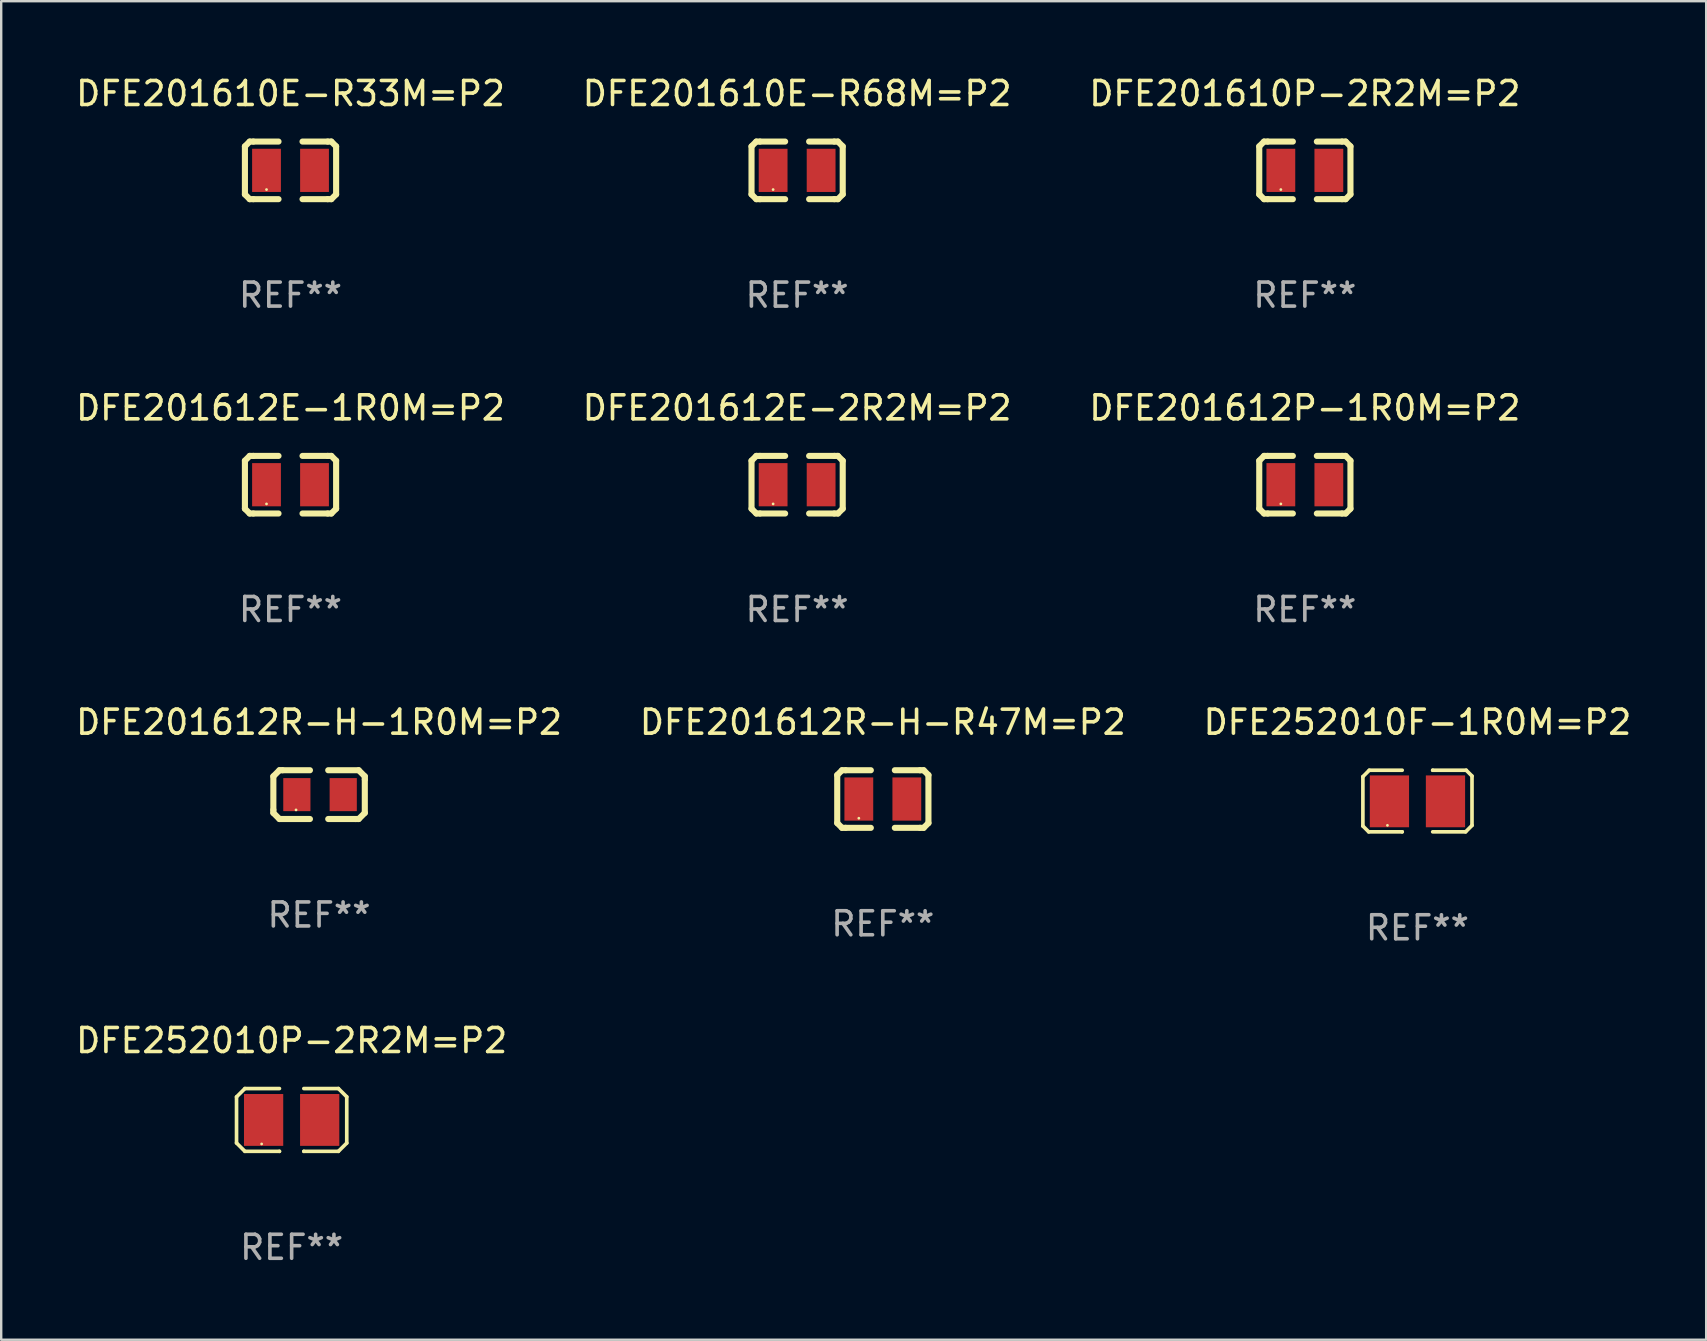
<source format=kicad_pcb>
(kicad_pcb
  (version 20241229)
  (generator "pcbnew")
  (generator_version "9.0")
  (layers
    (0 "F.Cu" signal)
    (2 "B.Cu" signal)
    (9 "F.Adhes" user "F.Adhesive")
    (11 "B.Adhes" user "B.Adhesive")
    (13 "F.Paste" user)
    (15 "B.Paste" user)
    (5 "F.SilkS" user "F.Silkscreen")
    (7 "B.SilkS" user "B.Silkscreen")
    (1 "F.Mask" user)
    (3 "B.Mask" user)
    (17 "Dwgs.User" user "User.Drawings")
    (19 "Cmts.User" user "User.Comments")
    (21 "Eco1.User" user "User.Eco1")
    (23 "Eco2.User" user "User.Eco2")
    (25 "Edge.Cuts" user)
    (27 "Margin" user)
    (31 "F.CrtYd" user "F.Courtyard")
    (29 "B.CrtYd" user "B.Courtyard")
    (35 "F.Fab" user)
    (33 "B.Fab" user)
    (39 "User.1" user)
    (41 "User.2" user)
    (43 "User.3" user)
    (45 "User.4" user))
  (footprint "DFE201612E-1R0M=P2"
    (layer "F.Cu")
    (at 9.054 17.145)
    (property "Reference" "DFE201612E-1R0M=P2" (at 0 -3.2 0) (layer "F.SilkS") (effects (font (size 1 1) (thickness 0.15))))
    (attr through_hole)
    (fp_line (start -1.9 -1) (end -1.9 1) (stroke (width 0.254) (type solid)) (layer "F.SilkS"))
    (fp_line (start -1.7 -1.2) (end -1.9 -1) (stroke (width 0.254) (type solid)) (layer "F.SilkS"))
    (fp_line (start -1.7 1.2) (end -1.9 1) (stroke (width 0.254) (type solid)) (layer "F.SilkS"))
    (fp_line (start -1.55 -1.2) (end -1.7 -1.2) (stroke (width 0.254) (type solid)) (layer "F.SilkS"))
    (fp_line (start -1.55 1.2) (end -1.7 1.2) (stroke (width 0.254) (type solid)) (layer "F.SilkS"))
    (fp_line (start -0.5 -1.2) (end -1.55 -1.2) (stroke (width 0.254) (type solid)) (layer "F.SilkS"))
    (fp_line (start -0.5 1.2) (end -1.55 1.2) (stroke (width 0.254) (type solid)) (layer "F.SilkS"))
    (fp_line (start 0.5 -1.2) (end 1.55 -1.2) (stroke (width 0.254) (type solid)) (layer "F.SilkS"))
    (fp_line (start 0.5 1.2) (end 1.55 1.2) (stroke (width 0.254) (type solid)) (layer "F.SilkS"))
    (fp_line (start 1.55 -1.2) (end 1.7 -1.2) (stroke (width 0.254) (type solid)) (layer "F.SilkS"))
    (fp_line (start 1.55 1.2) (end 1.7 1.2) (stroke (width 0.254) (type solid)) (layer "F.SilkS"))
    (fp_line (start 1.7 -1.2) (end 1.9 -1) (stroke (width 0.254) (type solid)) (layer "F.SilkS"))
    (fp_line (start 1.7 1.2) (end 1.9 1) (stroke (width 0.254) (type solid)) (layer "F.SilkS"))
    (fp_line (start 1.9 -1) (end 1.9 1) (stroke (width 0.254) (type solid)) (layer "F.SilkS"))
    (fp_circle (center -1 0.8) (end -0.97 0.8) (stroke (width 0.06) (type solid)) (fill no) (layer "F.SilkS"))
    (fp_text user "REF**" (at 0 5.2 0) (layer "F.Fab") (effects (font (size 1 1) (thickness 0.15))))
    (pad "1" smd rect (at -1 0) (size 1.2 1.8) (layers "F.Cu" "F.Mask" "F.Paste"))
    (pad "2" smd rect (at 1 0) (size 1.2 1.8) (layers "F.Cu" "F.Mask" "F.Paste")))
  (footprint "DFE201610P-2R2M=P2"
    (layer "F.Cu")
    (at 51.315 4.048)
    (property "Reference" "DFE201610P-2R2M=P2" (at 0 -3.2 0) (layer "F.SilkS") (effects (font (size 1 1) (thickness 0.15))))
    (attr through_hole)
    (fp_line (start -1.9 -1) (end -1.9 1) (stroke (width 0.254) (type solid)) (layer "F.SilkS"))
    (fp_line (start -1.7 -1.2) (end -1.9 -1) (stroke (width 0.254) (type solid)) (layer "F.SilkS"))
    (fp_line (start -1.7 1.2) (end -1.9 1) (stroke (width 0.254) (type solid)) (layer "F.SilkS"))
    (fp_line (start -1.55 -1.2) (end -1.7 -1.2) (stroke (width 0.254) (type solid)) (layer "F.SilkS"))
    (fp_line (start -1.55 1.2) (end -1.7 1.2) (stroke (width 0.254) (type solid)) (layer "F.SilkS"))
    (fp_line (start -0.5 -1.2) (end -1.55 -1.2) (stroke (width 0.254) (type solid)) (layer "F.SilkS"))
    (fp_line (start -0.5 1.2) (end -1.55 1.2) (stroke (width 0.254) (type solid)) (layer "F.SilkS"))
    (fp_line (start 0.5 -1.2) (end 1.55 -1.2) (stroke (width 0.254) (type solid)) (layer "F.SilkS"))
    (fp_line (start 0.5 1.2) (end 1.55 1.2) (stroke (width 0.254) (type solid)) (layer "F.SilkS"))
    (fp_line (start 1.55 -1.2) (end 1.7 -1.2) (stroke (width 0.254) (type solid)) (layer "F.SilkS"))
    (fp_line (start 1.55 1.2) (end 1.7 1.2) (stroke (width 0.254) (type solid)) (layer "F.SilkS"))
    (fp_line (start 1.7 -1.2) (end 1.9 -1) (stroke (width 0.254) (type solid)) (layer "F.SilkS"))
    (fp_line (start 1.7 1.2) (end 1.9 1) (stroke (width 0.254) (type solid)) (layer "F.SilkS"))
    (fp_line (start 1.9 -1) (end 1.9 1) (stroke (width 0.254) (type solid)) (layer "F.SilkS"))
    (fp_circle (center -1 0.8) (end -0.97 0.8) (stroke (width 0.06) (type solid)) (fill no) (layer "F.SilkS"))
    (fp_text user "REF**" (at 0 5.2 0) (layer "F.Fab") (effects (font (size 1 1) (thickness 0.15))))
    (pad "1" smd rect (at -1 0) (size 1.2 1.8) (layers "F.Cu" "F.Mask" "F.Paste"))
    (pad "2" smd rect (at 1 0) (size 1.2 1.8) (layers "F.Cu" "F.Mask" "F.Paste")))
  (footprint "DFE201612R-H-R47M=P2"
    (layer "F.Cu")
    (at 33.732 30.241)
    (property "Reference" "DFE201612R-H-R47M=P2" (at 0 -3.2 0) (layer "F.SilkS") (effects (font (size 1 1) (thickness 0.15))))
    (attr through_hole)
    (fp_line (start -1.9 -1) (end -1.9 1) (stroke (width 0.254) (type solid)) (layer "F.SilkS"))
    (fp_line (start -1.7 -1.2) (end -1.9 -1) (stroke (width 0.254) (type solid)) (layer "F.SilkS"))
    (fp_line (start -1.7 1.2) (end -1.9 1) (stroke (width 0.254) (type solid)) (layer "F.SilkS"))
    (fp_line (start -1.55 -1.2) (end -1.7 -1.2) (stroke (width 0.254) (type solid)) (layer "F.SilkS"))
    (fp_line (start -1.55 1.2) (end -1.7 1.2) (stroke (width 0.254) (type solid)) (layer "F.SilkS"))
    (fp_line (start -0.5 -1.2) (end -1.55 -1.2) (stroke (width 0.254) (type solid)) (layer "F.SilkS"))
    (fp_line (start -0.5 1.2) (end -1.55 1.2) (stroke (width 0.254) (type solid)) (layer "F.SilkS"))
    (fp_line (start 0.5 -1.2) (end 1.55 -1.2) (stroke (width 0.254) (type solid)) (layer "F.SilkS"))
    (fp_line (start 0.5 1.2) (end 1.55 1.2) (stroke (width 0.254) (type solid)) (layer "F.SilkS"))
    (fp_line (start 1.55 -1.2) (end 1.7 -1.2) (stroke (width 0.254) (type solid)) (layer "F.SilkS"))
    (fp_line (start 1.55 1.2) (end 1.7 1.2) (stroke (width 0.254) (type solid)) (layer "F.SilkS"))
    (fp_line (start 1.7 -1.2) (end 1.9 -1) (stroke (width 0.254) (type solid)) (layer "F.SilkS"))
    (fp_line (start 1.7 1.2) (end 1.9 1) (stroke (width 0.254) (type solid)) (layer "F.SilkS"))
    (fp_line (start 1.9 -1) (end 1.9 1) (stroke (width 0.254) (type solid)) (layer "F.SilkS"))
    (fp_circle (center -1 0.8) (end -0.97 0.8) (stroke (width 0.06) (type solid)) (fill no) (layer "F.SilkS"))
    (fp_text user "REF**" (at 0 5.2 0) (layer "F.Fab") (effects (font (size 1 1) (thickness 0.15))))
    (pad "1" smd rect (at -1 0) (size 1.2 1.8) (layers "F.Cu" "F.Mask" "F.Paste"))
    (pad "2" smd rect (at 1 0) (size 1.2 1.8) (layers "F.Cu" "F.Mask" "F.Paste")))
  (footprint "DFE252010P-2R2M=P2"
    (layer "F.Cu")
    (at 9.101 43.611)
    (property "Reference" "DFE252010P-2R2M=P2" (at 0 -3.308 0) (layer "F.SilkS") (effects (font (size 1 1) (thickness 0.15))))
    (attr through_hole)
    (fp_line (start -2.296 -0.96) (end -1.948 -1.308) (stroke (width 0.152) (type solid)) (layer "F.SilkS"))
    (fp_line (start -2.296 0.96) (end -2.296 -0.96) (stroke (width 0.152) (type solid)) (layer "F.SilkS"))
    (fp_line (start -1.948 -1.308) (end -0.508 -1.308) (stroke (width 0.152) (type solid)) (layer "F.SilkS"))
    (fp_line (start -1.948 1.308) (end -2.296 0.96) (stroke (width 0.152) (type solid)) (layer "F.SilkS"))
    (fp_line (start -0.508 1.308) (end -1.948 1.308) (stroke (width 0.152) (type solid)) (layer "F.SilkS"))
    (fp_line (start -0.508 1.308) (end -0.508 1.308) (stroke (width 0.152) (type solid)) (layer "F.SilkS"))
    (fp_line (start 0.508 1.308) (end 0.508 1.308) (stroke (width 0.152) (type solid)) (layer "F.SilkS"))
    (fp_line (start 0.508 1.308) (end 1.948 1.308) (stroke (width 0.152) (type solid)) (layer "F.SilkS"))
    (fp_line (start 1.948 -1.308) (end 0.508 -1.308) (stroke (width 0.152) (type solid)) (layer "F.SilkS"))
    (fp_line (start 1.948 1.308) (end 2.296 0.963) (stroke (width 0.152) (type solid)) (layer "F.SilkS"))
    (fp_line (start 2.296 -0.963) (end 1.948 -1.308) (stroke (width 0.152) (type solid)) (layer "F.SilkS"))
    (fp_line (start 2.296 0.963) (end 2.296 -0.963) (stroke (width 0.152) (type solid)) (layer "F.SilkS"))
    (fp_circle (center -1.25 1) (end -1.22 1) (stroke (width 0.06) (type solid)) (fill no) (layer "F.SilkS"))
    (fp_text user "REF**" (at 0 5.308 0) (layer "F.Fab") (effects (font (size 1 1) (thickness 0.15))))
    (pad "1" smd rect (at -1.168 0.000025) (size 1.635 2.16) (layers "F.Cu" "F.Mask" "F.Paste"))
    (pad "2" smd rect (at 1.168 0.000025) (size 1.635 2.16) (layers "F.Cu" "F.Mask" "F.Paste")))
  (footprint "DFE201610E-R33M=P2"
    (layer "F.Cu")
    (at 9.054 4.048)
    (property "Reference" "DFE201610E-R33M=P2" (at 0 -3.2 0) (layer "F.SilkS") (effects (font (size 1 1) (thickness 0.15))))
    (attr through_hole)
    (fp_line (start -1.9 -1) (end -1.9 1) (stroke (width 0.254) (type solid)) (layer "F.SilkS"))
    (fp_line (start -1.7 -1.2) (end -1.9 -1) (stroke (width 0.254) (type solid)) (layer "F.SilkS"))
    (fp_line (start -1.7 1.2) (end -1.9 1) (stroke (width 0.254) (type solid)) (layer "F.SilkS"))
    (fp_line (start -1.55 -1.2) (end -1.7 -1.2) (stroke (width 0.254) (type solid)) (layer "F.SilkS"))
    (fp_line (start -1.55 1.2) (end -1.7 1.2) (stroke (width 0.254) (type solid)) (layer "F.SilkS"))
    (fp_line (start -0.5 -1.2) (end -1.55 -1.2) (stroke (width 0.254) (type solid)) (layer "F.SilkS"))
    (fp_line (start -0.5 1.2) (end -1.55 1.2) (stroke (width 0.254) (type solid)) (layer "F.SilkS"))
    (fp_line (start 0.5 -1.2) (end 1.55 -1.2) (stroke (width 0.254) (type solid)) (layer "F.SilkS"))
    (fp_line (start 0.5 1.2) (end 1.55 1.2) (stroke (width 0.254) (type solid)) (layer "F.SilkS"))
    (fp_line (start 1.55 -1.2) (end 1.7 -1.2) (stroke (width 0.254) (type solid)) (layer "F.SilkS"))
    (fp_line (start 1.55 1.2) (end 1.7 1.2) (stroke (width 0.254) (type solid)) (layer "F.SilkS"))
    (fp_line (start 1.7 -1.2) (end 1.9 -1) (stroke (width 0.254) (type solid)) (layer "F.SilkS"))
    (fp_line (start 1.7 1.2) (end 1.9 1) (stroke (width 0.254) (type solid)) (layer "F.SilkS"))
    (fp_line (start 1.9 -1) (end 1.9 1) (stroke (width 0.254) (type solid)) (layer "F.SilkS"))
    (fp_circle (center -1 0.8) (end -0.97 0.8) (stroke (width 0.06) (type solid)) (fill no) (layer "F.SilkS"))
    (fp_text user "REF**" (at 0 5.2 0) (layer "F.Fab") (effects (font (size 1 1) (thickness 0.15))))
    (pad "1" smd rect (at -1 0) (size 1.2 1.8) (layers "F.Cu" "F.Mask" "F.Paste"))
    (pad "2" smd rect (at 1 0) (size 1.2 1.8) (layers "F.Cu" "F.Mask" "F.Paste")))
  (footprint "DFE201610E-R68M=P2"
    (layer "F.Cu")
    (at 30.161 4.048)
    (property "Reference" "DFE201610E-R68M=P2" (at 0 -3.2 0) (layer "F.SilkS") (effects (font (size 1 1) (thickness 0.15))))
    (attr through_hole)
    (fp_line (start -1.9 -1) (end -1.9 1) (stroke (width 0.254) (type solid)) (layer "F.SilkS"))
    (fp_line (start -1.7 -1.2) (end -1.9 -1) (stroke (width 0.254) (type solid)) (layer "F.SilkS"))
    (fp_line (start -1.7 1.2) (end -1.9 1) (stroke (width 0.254) (type solid)) (layer "F.SilkS"))
    (fp_line (start -1.55 -1.2) (end -1.7 -1.2) (stroke (width 0.254) (type solid)) (layer "F.SilkS"))
    (fp_line (start -1.55 1.2) (end -1.7 1.2) (stroke (width 0.254) (type solid)) (layer "F.SilkS"))
    (fp_line (start -0.5 -1.2) (end -1.55 -1.2) (stroke (width 0.254) (type solid)) (layer "F.SilkS"))
    (fp_line (start -0.5 1.2) (end -1.55 1.2) (stroke (width 0.254) (type solid)) (layer "F.SilkS"))
    (fp_line (start 0.5 -1.2) (end 1.55 -1.2) (stroke (width 0.254) (type solid)) (layer "F.SilkS"))
    (fp_line (start 0.5 1.2) (end 1.55 1.2) (stroke (width 0.254) (type solid)) (layer "F.SilkS"))
    (fp_line (start 1.55 -1.2) (end 1.7 -1.2) (stroke (width 0.254) (type solid)) (layer "F.SilkS"))
    (fp_line (start 1.55 1.2) (end 1.7 1.2) (stroke (width 0.254) (type solid)) (layer "F.SilkS"))
    (fp_line (start 1.7 -1.2) (end 1.9 -1) (stroke (width 0.254) (type solid)) (layer "F.SilkS"))
    (fp_line (start 1.7 1.2) (end 1.9 1) (stroke (width 0.254) (type solid)) (layer "F.SilkS"))
    (fp_line (start 1.9 -1) (end 1.9 1) (stroke (width 0.254) (type solid)) (layer "F.SilkS"))
    (fp_circle (center -1 0.8) (end -0.97 0.8) (stroke (width 0.06) (type solid)) (fill no) (layer "F.SilkS"))
    (fp_text user "REF**" (at 0 5.2 0) (layer "F.Fab") (effects (font (size 1 1) (thickness 0.15))))
    (pad "1" smd rect (at -1 0) (size 1.2 1.8) (layers "F.Cu" "F.Mask" "F.Paste"))
    (pad "2" smd rect (at 1 0) (size 1.2 1.8) (layers "F.Cu" "F.Mask" "F.Paste")))
  (footprint "DFE252010F-1R0M=P2"
    (layer "F.Cu")
    (at 56.006 30.324)
    (property "Reference" "DFE252010F-1R0M=P2" (at 0 -3.283 0) (layer "F.SilkS") (effects (font (size 1 1) (thickness 0.15))))
    (attr through_hole)
    (fp_line (start -2.273 -1.016) (end -2.007 -1.283) (stroke (width 0.152) (type solid)) (layer "F.SilkS"))
    (fp_line (start -2.273 1.041) (end -2.273 -1.016) (stroke (width 0.152) (type solid)) (layer "F.SilkS"))
    (fp_line (start -2.032 1.283) (end -2.273 1.041) (stroke (width 0.152) (type solid)) (layer "F.SilkS"))
    (fp_line (start -2.007 -1.283) (end -0.635 -1.283) (stroke (width 0.152) (type solid)) (layer "F.SilkS"))
    (fp_line (start -0.635 1.283) (end -2.032 1.283) (stroke (width 0.152) (type solid)) (layer "F.SilkS"))
    (fp_line (start -0.635 1.283) (end -0.635 1.283) (stroke (width 0.152) (type solid)) (layer "F.SilkS"))
    (fp_line (start 0.635 -1.283) (end 0.635 -1.283) (stroke (width 0.152) (type solid)) (layer "F.SilkS"))
    (fp_line (start 0.635 -1.283) (end 2.032 -1.283) (stroke (width 0.152) (type solid)) (layer "F.SilkS"))
    (fp_line (start 2.007 1.283) (end 0.635 1.283) (stroke (width 0.152) (type solid)) (layer "F.SilkS"))
    (fp_line (start 2.032 -1.283) (end 2.273 -1.041) (stroke (width 0.152) (type solid)) (layer "F.SilkS"))
    (fp_line (start 2.273 -1.041) (end 2.273 1.016) (stroke (width 0.152) (type solid)) (layer "F.SilkS"))
    (fp_line (start 2.273 1.016) (end 2.007 1.283) (stroke (width 0.152) (type solid)) (layer "F.SilkS"))
    (fp_circle (center -1.25 1.013) (end -1.22 1.013) (stroke (width 0.06) (type solid)) (fill no) (layer "F.SilkS"))
    (fp_text user "REF**" (at 0 5.283 0) (layer "F.Fab") (effects (font (size 1 1) (thickness 0.15))))
    (pad "1" smd rect (at -1.167 0.013) (size 1.635 2.16) (layers "F.Cu" "F.Mask" "F.Paste"))
    (pad "2" smd rect (at 1.168 0.013) (size 1.635 2.16) (layers "F.Cu" "F.Mask" "F.Paste")))
  (footprint "DFE201612E-2R2M=P2"
    (layer "F.Cu")
    (at 30.161 17.145)
    (property "Reference" "DFE201612E-2R2M=P2" (at 0 -3.2 0) (layer "F.SilkS") (effects (font (size 1 1) (thickness 0.15))))
    (attr through_hole)
    (fp_line (start -1.9 -1) (end -1.9 1) (stroke (width 0.254) (type solid)) (layer "F.SilkS"))
    (fp_line (start -1.7 -1.2) (end -1.9 -1) (stroke (width 0.254) (type solid)) (layer "F.SilkS"))
    (fp_line (start -1.7 1.2) (end -1.9 1) (stroke (width 0.254) (type solid)) (layer "F.SilkS"))
    (fp_line (start -1.55 -1.2) (end -1.7 -1.2) (stroke (width 0.254) (type solid)) (layer "F.SilkS"))
    (fp_line (start -1.55 1.2) (end -1.7 1.2) (stroke (width 0.254) (type solid)) (layer "F.SilkS"))
    (fp_line (start -0.5 -1.2) (end -1.55 -1.2) (stroke (width 0.254) (type solid)) (layer "F.SilkS"))
    (fp_line (start -0.5 1.2) (end -1.55 1.2) (stroke (width 0.254) (type solid)) (layer "F.SilkS"))
    (fp_line (start 0.5 -1.2) (end 1.55 -1.2) (stroke (width 0.254) (type solid)) (layer "F.SilkS"))
    (fp_line (start 0.5 1.2) (end 1.55 1.2) (stroke (width 0.254) (type solid)) (layer "F.SilkS"))
    (fp_line (start 1.55 -1.2) (end 1.7 -1.2) (stroke (width 0.254) (type solid)) (layer "F.SilkS"))
    (fp_line (start 1.55 1.2) (end 1.7 1.2) (stroke (width 0.254) (type solid)) (layer "F.SilkS"))
    (fp_line (start 1.7 -1.2) (end 1.9 -1) (stroke (width 0.254) (type solid)) (layer "F.SilkS"))
    (fp_line (start 1.7 1.2) (end 1.9 1) (stroke (width 0.254) (type solid)) (layer "F.SilkS"))
    (fp_line (start 1.9 -1) (end 1.9 1) (stroke (width 0.254) (type solid)) (layer "F.SilkS"))
    (fp_circle (center -1 0.8) (end -0.97 0.8) (stroke (width 0.06) (type solid)) (fill no) (layer "F.SilkS"))
    (fp_text user "REF**" (at 0 5.2 0) (layer "F.Fab") (effects (font (size 1 1) (thickness 0.15))))
    (pad "1" smd rect (at -1 0) (size 1.2 1.8) (layers "F.Cu" "F.Mask" "F.Paste"))
    (pad "2" smd rect (at 1 0) (size 1.2 1.8) (layers "F.Cu" "F.Mask" "F.Paste")))
  (footprint "DFE201612R-H-1R0M=P2"
    (layer "F.Cu")
    (at 10.244 30.057)
    (property "Reference" "DFE201612R-H-1R0M=P2" (at 0 -3.016 0) (layer "F.SilkS") (effects (font (size 1 1) (thickness 0.15))))
    (attr through_hole)
    (fp_line (start -1.905 -0.762) (end -1.905 0.635) (stroke (width 0.254) (type solid)) (layer "F.SilkS"))
    (fp_line (start -1.905 0.635) (end -1.905 0.762) (stroke (width 0.254) (type solid)) (layer "F.SilkS"))
    (fp_line (start -1.905 0.762) (end -1.651 1.016) (stroke (width 0.254) (type solid)) (layer "F.SilkS"))
    (fp_line (start -1.651 -1.016) (end -1.905 -0.762) (stroke (width 0.254) (type solid)) (layer "F.SilkS"))
    (fp_line (start -1.651 1.016) (end -0.381 1.016) (stroke (width 0.254) (type solid)) (layer "F.SilkS"))
    (fp_line (start -1.524 -1.016) (end -1.651 -1.016) (stroke (width 0.254) (type solid)) (layer "F.SilkS"))
    (fp_line (start -0.381 -1.016) (end -1.524 -1.016) (stroke (width 0.254) (type solid)) (layer "F.SilkS"))
    (fp_line (start 0.381 1.016) (end 1.524 1.016) (stroke (width 0.254) (type solid)) (layer "F.SilkS"))
    (fp_line (start 1.524 1.016) (end 1.651 1.016) (stroke (width 0.254) (type solid)) (layer "F.SilkS"))
    (fp_line (start 1.651 -1.016) (end 0.381 -1.016) (stroke (width 0.254) (type solid)) (layer "F.SilkS"))
    (fp_line (start 1.651 1.016) (end 1.905 0.762) (stroke (width 0.254) (type solid)) (layer "F.SilkS"))
    (fp_line (start 1.905 -0.762) (end 1.651 -1.016) (stroke (width 0.254) (type solid)) (layer "F.SilkS"))
    (fp_line (start 1.905 -0.635) (end 1.905 -0.762) (stroke (width 0.254) (type solid)) (layer "F.SilkS"))
    (fp_line (start 1.905 0.762) (end 1.905 -0.635) (stroke (width 0.254) (type solid)) (layer "F.SilkS"))
    (fp_circle (center -0.96 0.637) (end -0.93 0.637) (stroke (width 0.06) (type solid)) (fill no) (layer "F.SilkS"))
    (fp_text user "REF**" (at 0 5.016 0) (layer "F.Fab") (effects (font (size 1 1) (thickness 0.15))))
    (pad "1" smd rect (at -0.926 -0.000051) (size 1.133 1.377) (layers "F.Cu" "F.Mask" "F.Paste"))
    (pad "2" smd rect (at 1.006 -0.000051) (size 1.133 1.377) (layers "F.Cu" "F.Mask" "F.Paste")))
  (footprint "DFE201612P-1R0M=P2"
    (layer "F.Cu")
    (at 51.315 17.145)
    (property "Reference" "DFE201612P-1R0M=P2" (at 0 -3.2 0) (layer "F.SilkS") (effects (font (size 1 1) (thickness 0.15))))
    (attr through_hole)
    (fp_line (start -1.9 -1) (end -1.9 1) (stroke (width 0.254) (type solid)) (layer "F.SilkS"))
    (fp_line (start -1.7 -1.2) (end -1.9 -1) (stroke (width 0.254) (type solid)) (layer "F.SilkS"))
    (fp_line (start -1.7 1.2) (end -1.9 1) (stroke (width 0.254) (type solid)) (layer "F.SilkS"))
    (fp_line (start -1.55 -1.2) (end -1.7 -1.2) (stroke (width 0.254) (type solid)) (layer "F.SilkS"))
    (fp_line (start -1.55 1.2) (end -1.7 1.2) (stroke (width 0.254) (type solid)) (layer "F.SilkS"))
    (fp_line (start -0.5 -1.2) (end -1.55 -1.2) (stroke (width 0.254) (type solid)) (layer "F.SilkS"))
    (fp_line (start -0.5 1.2) (end -1.55 1.2) (stroke (width 0.254) (type solid)) (layer "F.SilkS"))
    (fp_line (start 0.5 -1.2) (end 1.55 -1.2) (stroke (width 0.254) (type solid)) (layer "F.SilkS"))
    (fp_line (start 0.5 1.2) (end 1.55 1.2) (stroke (width 0.254) (type solid)) (layer "F.SilkS"))
    (fp_line (start 1.55 -1.2) (end 1.7 -1.2) (stroke (width 0.254) (type solid)) (layer "F.SilkS"))
    (fp_line (start 1.55 1.2) (end 1.7 1.2) (stroke (width 0.254) (type solid)) (layer "F.SilkS"))
    (fp_line (start 1.7 -1.2) (end 1.9 -1) (stroke (width 0.254) (type solid)) (layer "F.SilkS"))
    (fp_line (start 1.7 1.2) (end 1.9 1) (stroke (width 0.254) (type solid)) (layer "F.SilkS"))
    (fp_line (start 1.9 -1) (end 1.9 1) (stroke (width 0.254) (type solid)) (layer "F.SilkS"))
    (fp_circle (center -1 0.8) (end -0.97 0.8) (stroke (width 0.06) (type solid)) (fill no) (layer "F.SilkS"))
    (fp_text user "REF**" (at 0 5.2 0) (layer "F.Fab") (effects (font (size 1 1) (thickness 0.15))))
    (pad "1" smd rect (at -1 0) (size 1.2 1.8) (layers "F.Cu" "F.Mask" "F.Paste"))
    (pad "2" smd rect (at 1 0) (size 1.2 1.8) (layers "F.Cu" "F.Mask" "F.Paste")))
  (gr_rect
    (start -3 -3)
    (end 68.036 52.768)
    (stroke (width 0.1) (type default))
    (fill no)
    (layer "Edge.Cuts")))
</source>
